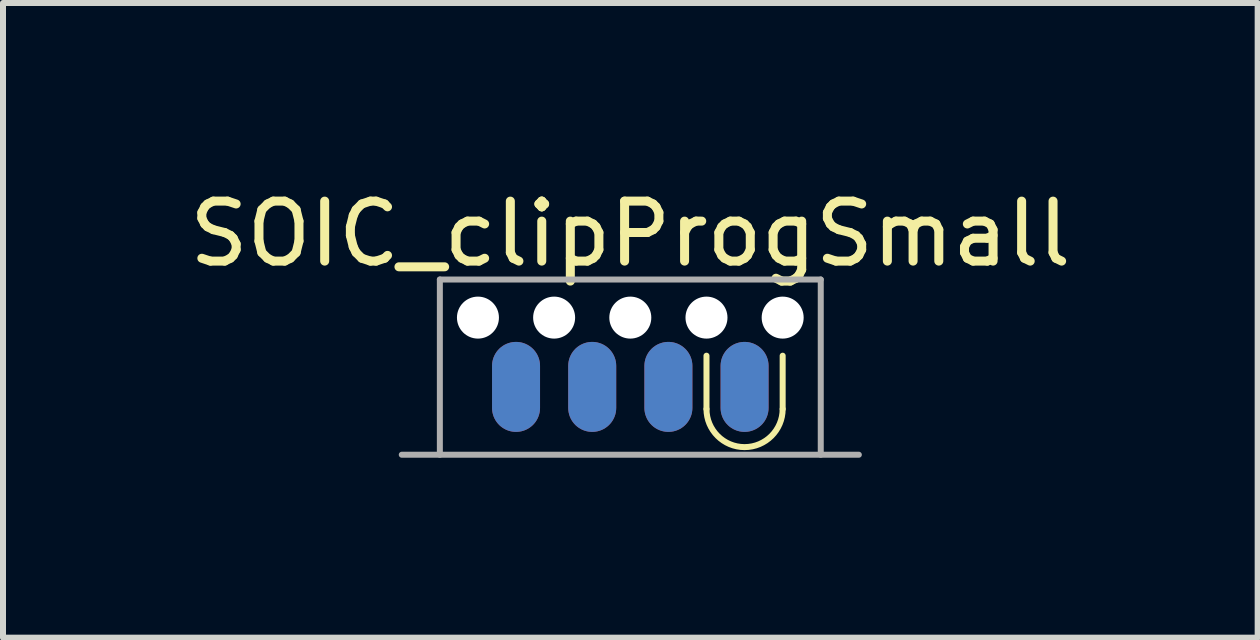
<source format=kicad_pcb>
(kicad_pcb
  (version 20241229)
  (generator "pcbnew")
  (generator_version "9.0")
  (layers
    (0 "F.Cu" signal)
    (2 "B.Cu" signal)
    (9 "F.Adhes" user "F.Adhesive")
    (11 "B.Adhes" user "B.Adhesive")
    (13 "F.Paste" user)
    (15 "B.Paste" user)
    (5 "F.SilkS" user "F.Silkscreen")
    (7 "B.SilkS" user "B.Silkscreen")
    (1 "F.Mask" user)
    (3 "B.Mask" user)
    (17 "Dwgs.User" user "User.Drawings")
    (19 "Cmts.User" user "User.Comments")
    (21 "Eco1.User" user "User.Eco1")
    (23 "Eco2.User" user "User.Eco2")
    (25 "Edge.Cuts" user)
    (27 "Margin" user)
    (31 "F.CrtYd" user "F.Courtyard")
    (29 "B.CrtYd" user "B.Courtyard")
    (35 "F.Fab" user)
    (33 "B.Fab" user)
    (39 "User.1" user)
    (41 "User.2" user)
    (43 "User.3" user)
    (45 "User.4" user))
  (footprint "SOIC_clipProgSmall"
    (layer "F.Cu")
    (at 7.458 4.15)
    (property "Reference" "SOIC_clipProgSmall" (at 0 -3.302 0) (layer "F.SilkS") (effects (font (size 1 1) (thickness 0.15))))
    (attr through_hole)
    (fp_line (start 1.27 -0.381) (end 1.27 -1.27) (stroke (width 0.1) (type solid)) (layer "F.SilkS"))
    (fp_line (start 2.54 -0.381) (end 2.54 -1.27) (stroke (width 0.1) (type solid)) (layer "F.SilkS"))
    (fp_arc (start 2.54 -0.381) (mid 1.905 0.254) (end 1.27 -0.381) (stroke (width 0.1) (type solid)) (layer "F.SilkS"))
    (fp_line (start -3.81 0.381) (end 3.81 0.381) (stroke (width 0.1) (type solid)) (layer "F.Fab"))
    (fp_line (start -3.175 -2.54) (end -3.175 0.381) (stroke (width 0.1) (type solid)) (layer "F.Fab"))
    (fp_line (start 3.175 -2.54) (end -3.175 -2.54) (stroke (width 0.1) (type solid)) (layer "F.Fab"))
    (fp_line (start 3.175 0.381) (end 3.175 -2.54) (stroke (width 0.1) (type solid)) (layer "F.Fab"))
    (pad "" np_thru_hole circle (at -2.54 -1.905) (size 0.7 0.7) (drill 0.7) (layers "*.Cu" "*.Mask"))
    (pad "" np_thru_hole circle (at -1.27 -1.905) (size 0.7 0.7) (drill 0.7) (layers "*.Cu" "*.Mask"))
    (pad "" np_thru_hole circle (at 0 -1.905) (size 0.7 0.7) (drill 0.7) (layers "*.Cu" "*.Mask"))
    (pad "" np_thru_hole circle (at 1.27 -1.905) (size 0.7 0.7) (drill 0.7) (layers "*.Cu" "*.Mask"))
    (pad "" np_thru_hole circle (at 2.54 -1.905) (size 0.7 0.7) (drill 0.7) (layers "*.Cu" "*.Mask"))
    (pad "1" smd oval (at 1.905 -0.75) (size 0.8 1.5) (layers "F.Cu" "F.Mask"))
    (pad "2" smd oval (at 0.635 -0.75) (size 0.8 1.5) (layers "F.Cu" "F.Mask"))
    (pad "3" smd oval (at -0.635 -0.75) (size 0.8 1.5) (layers "F.Cu" "F.Mask"))
    (pad "4" smd oval (at -1.905 -0.75) (size 0.8 1.5) (layers "F.Cu" "F.Mask"))
    (pad "5" smd oval (at -1.905 -0.75) (size 0.8 1.5) (layers "B.Cu" "B.Mask"))
    (pad "6" smd oval (at -0.635 -0.75) (size 0.8 1.5) (layers "B.Cu" "B.Mask"))
    (pad "7" smd oval (at 0.635 -0.75) (size 0.8 1.5) (layers "B.Cu" "B.Mask"))
    (pad "8" smd oval (at 1.905 -0.75) (size 0.8 1.5) (layers "B.Cu" "B.Mask")))
  (gr_rect
    (start -3 -3)
    (end 17.917 7.581)
    (stroke (width 0.1) (type default))
    (fill no)
    (layer "Edge.Cuts")))
</source>
